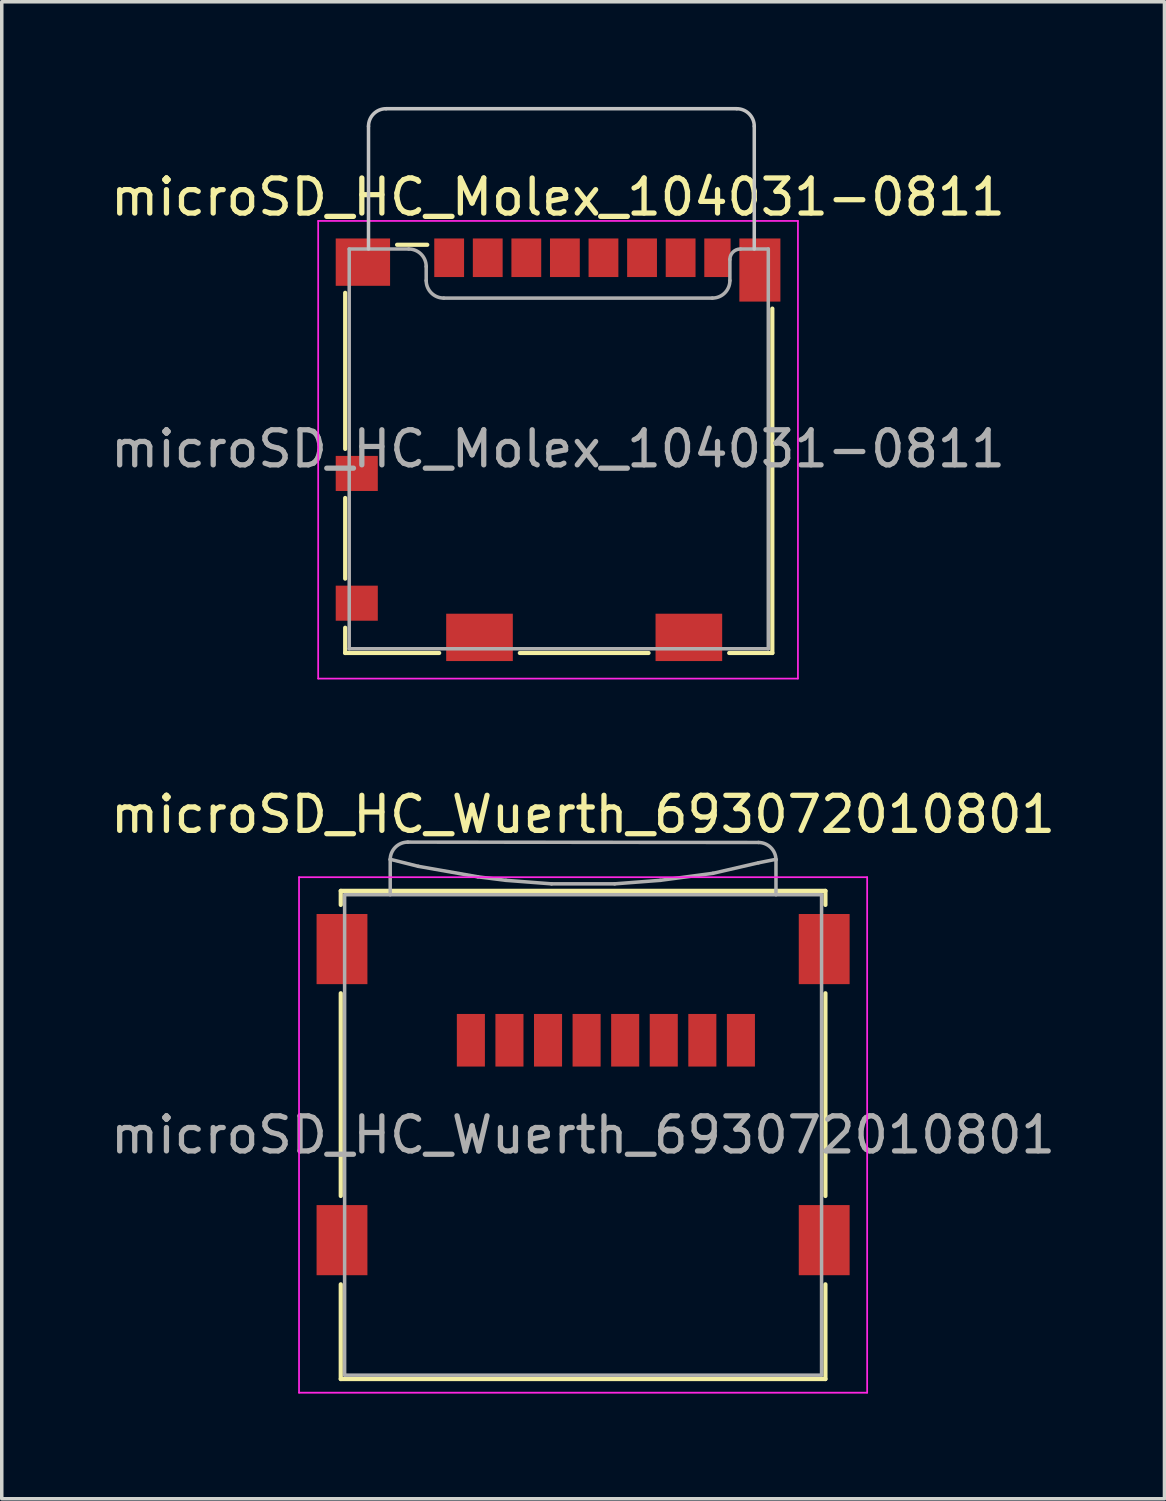
<source format=kicad_pcb>
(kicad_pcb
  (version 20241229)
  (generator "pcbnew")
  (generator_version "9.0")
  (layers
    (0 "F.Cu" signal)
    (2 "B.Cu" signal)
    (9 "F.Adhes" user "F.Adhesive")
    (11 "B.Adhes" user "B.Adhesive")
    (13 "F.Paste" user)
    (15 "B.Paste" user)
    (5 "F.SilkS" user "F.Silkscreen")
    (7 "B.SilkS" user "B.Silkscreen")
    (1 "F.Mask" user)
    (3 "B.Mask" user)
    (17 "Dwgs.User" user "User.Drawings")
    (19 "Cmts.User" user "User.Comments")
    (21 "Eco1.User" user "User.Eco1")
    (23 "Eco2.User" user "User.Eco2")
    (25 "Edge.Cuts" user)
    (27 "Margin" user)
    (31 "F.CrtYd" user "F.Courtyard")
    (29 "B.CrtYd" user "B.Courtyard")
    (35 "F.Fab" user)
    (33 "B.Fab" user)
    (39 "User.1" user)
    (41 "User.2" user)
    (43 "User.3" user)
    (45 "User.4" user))
  (footprint "microSD_HC_Molex_104031-0811"
    (layer "F.Cu")
    (at 12.863 9.75)
    (property "Reference" "microSD_HC_Molex_104031-0811" (at 0 -7.18 0) (layer "F.SilkS") (effects (font (size 1 1) (thickness 0.15))))
    (attr smd)
    (fp_line (start -6.07 -4.45) (end -6.07 0) (stroke (width 0.12) (type solid)) (layer "F.SilkS"))
    (fp_line (start -6.07 1.4) (end -6.07 3.7) (stroke (width 0.12) (type solid)) (layer "F.SilkS"))
    (fp_line (start -6.07 5.1) (end -6.07 5.82) (stroke (width 0.12) (type solid)) (layer "F.SilkS"))
    (fp_line (start -6.07 5.82) (end -3.39 5.82) (stroke (width 0.12) (type solid)) (layer "F.SilkS"))
    (fp_line (start -4.59 -5.82) (end -3.73 -5.82) (stroke (width 0.12) (type solid)) (layer "F.SilkS"))
    (fp_line (start -1.09 5.82) (end 2.58 5.82) (stroke (width 0.12) (type solid)) (layer "F.SilkS"))
    (fp_line (start 4.88 5.82) (end 6.11 5.82) (stroke (width 0.12) (type solid)) (layer "F.SilkS"))
    (fp_line (start 6.11 5.82) (end 6.11 -4) (stroke (width 0.12) (type solid)) (layer "F.SilkS"))
    (fp_line (start -5.405 -9.2) (end -5.405 -5.7) (stroke (width 0.1) (type solid)) (layer "Dwgs.User"))
    (fp_line (start -4.905 -9.7) (end 5.095 -9.7) (stroke (width 0.1) (type solid)) (layer "Dwgs.User"))
    (fp_line (start 5.595 -5.7) (end 5.595 -9.2) (stroke (width 0.1) (type solid)) (layer "Dwgs.User"))
    (fp_arc (start -5.405 -9.2) (mid -5.258553 -9.553553) (end -4.905 -9.7) (stroke (width 0.1) (type solid)) (layer "Dwgs.User"))
    (fp_arc (start 5.095 -9.7) (mid 5.448553 -9.553553) (end 5.595 -9.2) (stroke (width 0.1) (type solid)) (layer "Dwgs.User"))
    (fp_line (start -6.84 -6.5) (end 6.84 -6.5) (stroke (width 0.05) (type solid)) (layer "F.CrtYd"))
    (fp_line (start -6.84 6.55) (end -6.84 -6.5) (stroke (width 0.05) (type solid)) (layer "F.CrtYd"))
    (fp_line (start 6.84 -6.5) (end 6.84 6.55) (stroke (width 0.05) (type solid)) (layer "F.CrtYd"))
    (fp_line (start 6.84 6.55) (end -6.84 6.55) (stroke (width 0.05) (type solid)) (layer "F.CrtYd"))
    (fp_line (start -5.955 -5.7) (end -5.955 5.7) (stroke (width 0.1) (type solid)) (layer "F.Fab"))
    (fp_line (start -5.955 -5.7) (end -4.26 -5.7) (stroke (width 0.1) (type solid)) (layer "F.Fab"))
    (fp_line (start -3.76 -4.8) (end -3.76 -5.2) (stroke (width 0.1) (type solid)) (layer "F.Fab"))
    (fp_line (start 4.4 -4.3) (end -3.26 -4.3) (stroke (width 0.1) (type solid)) (layer "F.Fab"))
    (fp_line (start 4.9 -5.4) (end 4.9 -4.8) (stroke (width 0.1) (type solid)) (layer "F.Fab"))
    (fp_line (start 5.995 -5.7) (end 5.21 -5.7) (stroke (width 0.1) (type solid)) (layer "F.Fab"))
    (fp_line (start 5.995 5.7) (end -5.955 5.7) (stroke (width 0.1) (type solid)) (layer "F.Fab"))
    (fp_line (start 5.995 5.7) (end 5.995 -5.7) (stroke (width 0.1) (type solid)) (layer "F.Fab"))
    (fp_arc (start -4.26 -5.7) (mid -3.906447 -5.553553) (end -3.76 -5.2) (stroke (width 0.1) (type solid)) (layer "F.Fab"))
    (fp_arc (start -3.26 -4.3) (mid -3.613553 -4.446447) (end -3.76 -4.8) (stroke (width 0.1) (type solid)) (layer "F.Fab"))
    (fp_arc (start 4.9 -5.4) (mid 4.987868 -5.612132) (end 5.2 -5.7) (stroke (width 0.1) (type solid)) (layer "F.Fab"))
    (fp_arc (start 4.9 -4.8) (mid 4.753553 -4.446447) (end 4.4 -4.3) (stroke (width 0.1) (type solid)) (layer "F.Fab"))
    (fp_text user "${REFERENCE}" (at 0 0 0) (layer "F.Fab") (effects (font (size 1 1) (thickness 0.15))))
    (pad "1" smd rect (at -3.105 -5.45) (size 0.85 1.1) (layers "F.Cu" "F.Mask" "F.Paste"))
    (pad "2" smd rect (at -2.005 -5.45) (size 0.85 1.1) (layers "F.Cu" "F.Mask" "F.Paste"))
    (pad "3" smd rect (at -0.905 -5.45) (size 0.85 1.1) (layers "F.Cu" "F.Mask" "F.Paste"))
    (pad "4" smd rect (at 0.195 -5.45) (size 0.85 1.1) (layers "F.Cu" "F.Mask" "F.Paste"))
    (pad "5" smd rect (at 1.295 -5.45) (size 0.85 1.1) (layers "F.Cu" "F.Mask" "F.Paste"))
    (pad "6" smd rect (at 2.395 -5.45) (size 0.85 1.1) (layers "F.Cu" "F.Mask" "F.Paste"))
    (pad "7" smd rect (at 3.495 -5.45) (size 0.85 1.1) (layers "F.Cu" "F.Mask" "F.Paste"))
    (pad "8" smd rect (at 4.545 -5.45) (size 0.75 1.1) (layers "F.Cu" "F.Mask" "F.Paste"))
    (pad "9" smd rect (at -5.74 0.7) (size 1.2 1) (layers "F.Cu" "F.Mask" "F.Paste"))
    (pad "10" smd rect (at -5.74 4.4) (size 1.2 1) (layers "F.Cu" "F.Mask" "F.Paste"))
    (pad "11" smd rect (at -5.565 -5.325) (size 1.55 1.35) (layers "F.Cu" "F.Mask" "F.Paste"))
    (pad "11" smd rect (at -2.24 5.375) (size 1.9 1.35) (layers "F.Cu" "F.Mask" "F.Paste"))
    (pad "11" smd rect (at 3.73 5.375) (size 1.9 1.35) (layers "F.Cu" "F.Mask" "F.Paste"))
    (pad "11" smd rect (at 5.755 -5.1) (size 1.17 1.8) (layers "F.Cu" "F.Mask" "F.Paste")))
  (footprint "microSD_HC_Wuerth_693072010801"
    (layer "F.Cu")
    (at 13.577 28.163)
    (property "Reference" "microSD_HC_Wuerth_693072010801" (at 0 -7.99 0) (layer "F.SilkS") (effects (font (size 1 1) (thickness 0.15))))
    (attr smd)
    (fp_line (start -6.91 -5.81) (end -6.91 -5.41) (stroke (width 0.12) (type solid)) (layer "F.SilkS"))
    (fp_line (start -6.91 -5.81) (end 6.91 -5.81) (stroke (width 0.12) (type solid)) (layer "F.SilkS"))
    (fp_line (start -6.91 -2.89) (end -6.91 2.89) (stroke (width 0.12) (type solid)) (layer "F.SilkS"))
    (fp_line (start -6.91 5.41) (end -6.91 8.11) (stroke (width 0.12) (type solid)) (layer "F.SilkS"))
    (fp_line (start 6.91 -5.81) (end 6.91 -5.41) (stroke (width 0.12) (type solid)) (layer "F.SilkS"))
    (fp_line (start 6.91 -2.89) (end 6.91 2.89) (stroke (width 0.12) (type solid)) (layer "F.SilkS"))
    (fp_line (start 6.91 5.41) (end 6.91 8.11) (stroke (width 0.12) (type solid)) (layer "F.SilkS"))
    (fp_line (start 6.91 8.11) (end -6.91 8.11) (stroke (width 0.12) (type solid)) (layer "F.SilkS"))
    (fp_line (start -8.1 -6.2) (end -8.1 8.5) (stroke (width 0.05) (type solid)) (layer "F.CrtYd"))
    (fp_line (start 8.1 -6.2) (end -8.1 -6.2) (stroke (width 0.05) (type solid)) (layer "F.CrtYd"))
    (fp_line (start 8.1 -6.2) (end 8.1 8.5) (stroke (width 0.05) (type solid)) (layer "F.CrtYd"))
    (fp_line (start 8.1 8.5) (end -8.1 8.5) (stroke (width 0.05) (type solid)) (layer "F.CrtYd"))
    (fp_line (start -6.8 -5.7) (end -6.8 8) (stroke (width 0.1) (type solid)) (layer "F.Fab"))
    (fp_line (start -6.8 8) (end 6.8 8) (stroke (width 0.1) (type solid)) (layer "F.Fab"))
    (fp_line (start -5.5 -6.71) (end -4.7 -6.51) (stroke (width 0.1) (type solid)) (layer "F.Fab"))
    (fp_line (start -5.5 -5.7) (end -5.5 -6.7) (stroke (width 0.1) (type solid)) (layer "F.Fab"))
    (fp_line (start -5 -7.2) (end 5 -7.19) (stroke (width 0.1) (type solid)) (layer "F.Fab"))
    (fp_line (start -4.7 -6.51) (end -3 -6.21) (stroke (width 0.1) (type solid)) (layer "F.Fab"))
    (fp_line (start -3 -6.21) (end -2.2 -6.11) (stroke (width 0.1) (type solid)) (layer "F.Fab"))
    (fp_line (start -2.2 -6.11) (end -0.9 -6.01) (stroke (width 0.1) (type solid)) (layer "F.Fab"))
    (fp_line (start -0.9 -6.01) (end 0.9 -6.01) (stroke (width 0.1) (type solid)) (layer "F.Fab"))
    (fp_line (start 0.9 -6.01) (end 2.2 -6.11) (stroke (width 0.1) (type solid)) (layer "F.Fab"))
    (fp_line (start 2.2 -6.11) (end 3.7 -6.31) (stroke (width 0.1) (type solid)) (layer "F.Fab"))
    (fp_line (start 3.7 -6.31) (end 5 -6.61) (stroke (width 0.1) (type solid)) (layer "F.Fab"))
    (fp_line (start 5 -6.61) (end 5.5 -6.71) (stroke (width 0.1) (type solid)) (layer "F.Fab"))
    (fp_line (start 5.5 -5.7) (end 5.5 -6.69) (stroke (width 0.1) (type solid)) (layer "F.Fab"))
    (fp_line (start 6.8 -5.7) (end -6.8 -5.7) (stroke (width 0.1) (type solid)) (layer "F.Fab"))
    (fp_line (start 6.8 8) (end 6.8 -5.7) (stroke (width 0.1) (type solid)) (layer "F.Fab"))
    (fp_arc (start -5.5 -6.7) (mid -5.353553 -7.053553) (end -5 -7.2) (stroke (width 0.1) (type solid)) (layer "F.Fab"))
    (fp_arc (start 5 -7.19) (mid 5.353553 -7.043553) (end 5.5 -6.69) (stroke (width 0.1) (type solid)) (layer "F.Fab"))
    (fp_text user "${REFERENCE}" (at 0 1.15 0) (layer "F.Fab") (effects (font (size 1 1) (thickness 0.15))))
    (pad "1" smd rect (at -3.2 -1.55) (size 0.8 1.5) (layers "F.Cu" "F.Mask" "F.Paste"))
    (pad "2" smd rect (at -2.1 -1.55) (size 0.8 1.5) (layers "F.Cu" "F.Mask" "F.Paste"))
    (pad "3" smd rect (at -1 -1.55) (size 0.8 1.5) (layers "F.Cu" "F.Mask" "F.Paste"))
    (pad "4" smd rect (at 0.1 -1.55) (size 0.8 1.5) (layers "F.Cu" "F.Mask" "F.Paste"))
    (pad "5" smd rect (at 1.2 -1.55) (size 0.8 1.5) (layers "F.Cu" "F.Mask" "F.Paste"))
    (pad "6" smd rect (at 2.3 -1.55) (size 0.8 1.5) (layers "F.Cu" "F.Mask" "F.Paste"))
    (pad "7" smd rect (at 3.4 -1.55) (size 0.8 1.5) (layers "F.Cu" "F.Mask" "F.Paste"))
    (pad "8" smd rect (at 4.5 -1.55) (size 0.8 1.5) (layers "F.Cu" "F.Mask" "F.Paste"))
    (pad "9" smd rect (at -6.875 -4.15) (size 1.45 2) (layers "F.Cu" "F.Mask" "F.Paste"))
    (pad "9" smd rect (at -6.875 4.15) (size 1.45 2) (layers "F.Cu" "F.Mask" "F.Paste"))
    (pad "9" smd rect (at 6.875 -4.15) (size 1.45 2) (layers "F.Cu" "F.Mask" "F.Paste"))
    (pad "9" smd rect (at 6.875 4.15) (size 1.45 2) (layers "F.Cu" "F.Mask" "F.Paste")))
  (gr_rect
    (start -3 -3)
    (end 30.155 39.688)
    (stroke (width 0.1) (type default))
    (fill no)
    (layer "Edge.Cuts")))
</source>
